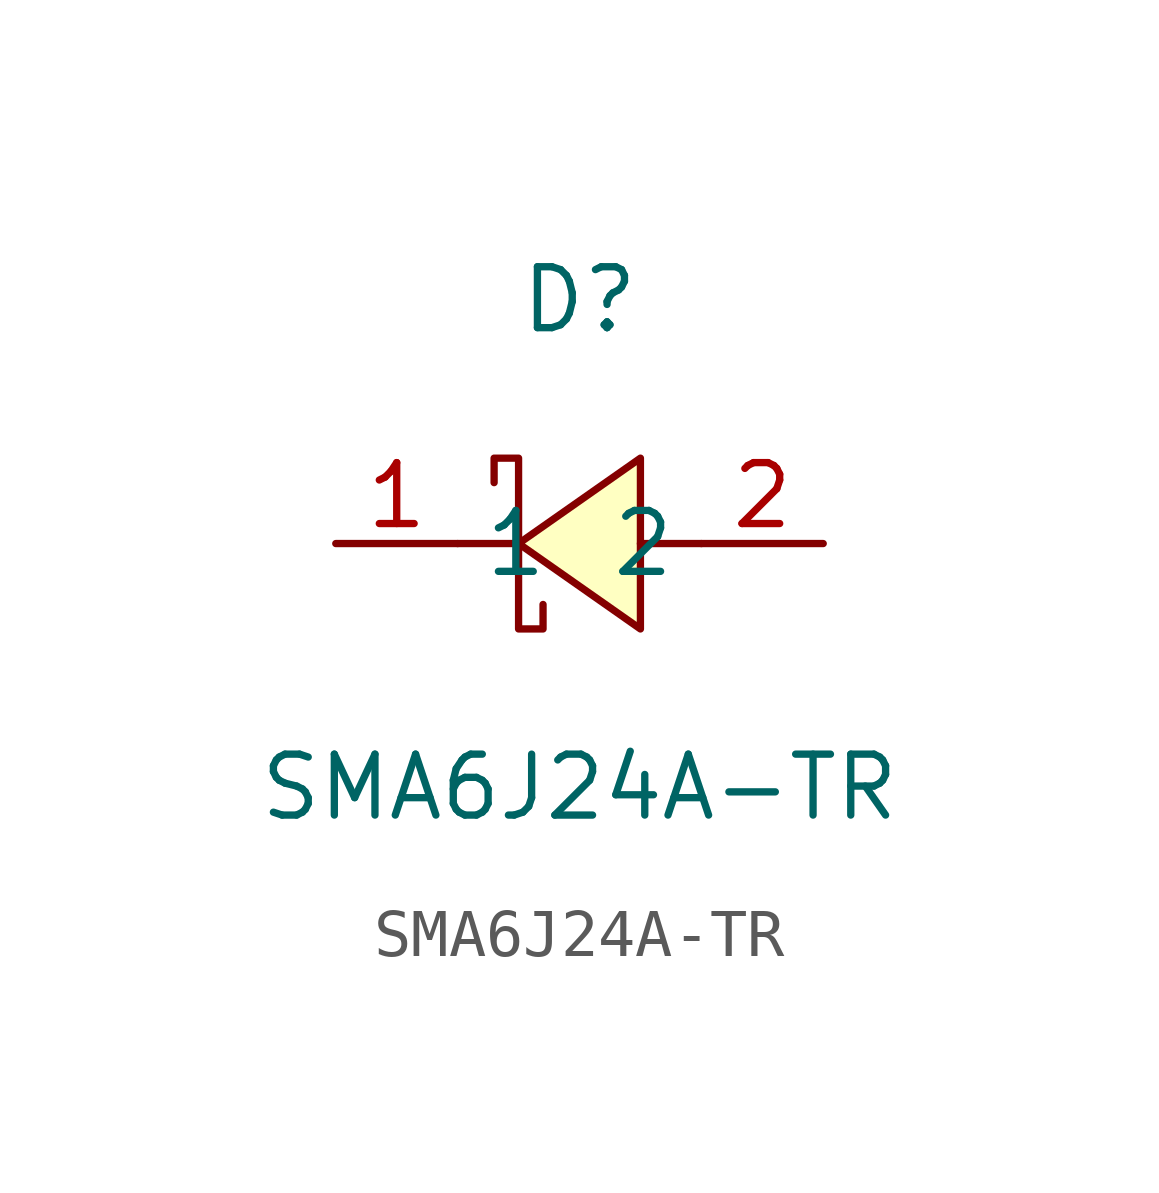
<source format=kicad_sym>
(kicad_symbol_lib
  (version 20211014)
  (generator https://github.com/uPesy/easyeda2kicad.py)
  (symbol "SMA6J24A-TR"
    (property "Reference" "D"
      (at 0 5.08 0)
      (effects (font (size 1.27 1.27))))
    (property "Value" "SMA6J24A-TR"
      (at 0 -5.08 0)
      (effects (font (size 1.27 1.27))))
    (symbol "SMA6J24A-TR_0_1"
      (polyline (pts (xy 1.27 1.78) (xy -1.27 -0.00) (xy 1.27 -1.78) (xy 1.27 1.78)) (stroke (width 0) (type default) (color 0 0 0 0)) (fill (type background)))
      (polyline (pts (xy -1.78 1.27) (xy -1.78 1.78) (xy -1.27 1.78) (xy -1.27 -1.78) (xy -0.76 -1.78) (xy -0.76 -1.27)) (stroke (width 0) (type default) (color 0 0 0 0)) (fill (type none)))
      (polyline (pts (xy 2.54 -0.00) (xy 1.27 -0.00)) (stroke (width 0) (type default) (color 0 0 0 0)) (fill (type none)))
      (polyline (pts (xy -1.27 -0.00) (xy -2.54 -0.00)) (stroke (width 0) (type default) (color 0 0 0 0)) (fill (type none)))
      (pin unspecified line (at -5.08 -0.00 0) (length 2.54) (name "1" (effects (font (size 1.27 1.27)))) (number "1" (effects (font (size 1.27 1.27)))))
      (pin unspecified line (at 5.08 -0.00 180) (length 2.54) (name "2" (effects (font (size 1.27 1.27)))) (number "2" (effects (font (size 1.27 1.27))))))))
</source>
